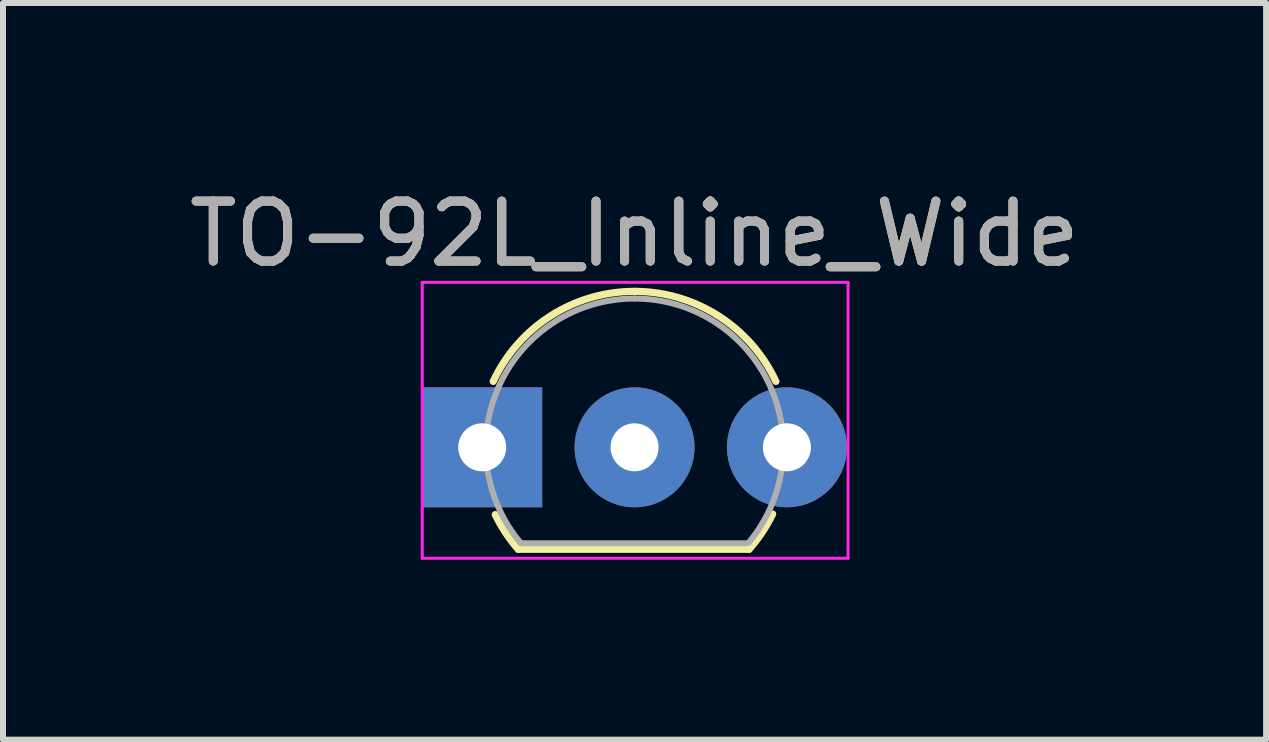
<source format=kicad_pcb>
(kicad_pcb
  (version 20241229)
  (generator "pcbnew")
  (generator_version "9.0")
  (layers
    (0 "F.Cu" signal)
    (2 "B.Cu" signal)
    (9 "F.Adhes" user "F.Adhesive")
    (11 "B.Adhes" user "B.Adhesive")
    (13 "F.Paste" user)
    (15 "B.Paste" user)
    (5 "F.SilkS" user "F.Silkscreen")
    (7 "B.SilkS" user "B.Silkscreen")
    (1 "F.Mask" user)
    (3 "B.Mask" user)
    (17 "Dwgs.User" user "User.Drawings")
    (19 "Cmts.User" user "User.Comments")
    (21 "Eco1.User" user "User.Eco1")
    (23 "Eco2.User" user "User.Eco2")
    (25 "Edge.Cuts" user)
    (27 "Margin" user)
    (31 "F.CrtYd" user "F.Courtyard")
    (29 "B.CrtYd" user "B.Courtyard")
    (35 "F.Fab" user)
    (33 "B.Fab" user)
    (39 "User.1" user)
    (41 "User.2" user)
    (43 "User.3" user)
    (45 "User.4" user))
  (footprint "TO-92L_Inline_Wide"
    (layer "F.Cu")
    (at 4.99 4.408)
    (property "Reference" "TO-92L_Inline_Wide" (at 2.54 -3.56 0) (layer "F.SilkS") (effects (font (size 1 1) (thickness 0.15))))
    (attr through_hole)
    (fp_line (start 0.6 1.7) (end 4.45 1.7) (stroke (width 0.12) (type solid)) (layer "F.SilkS"))
    (fp_arc (start 0.1836 -1.098807) (mid 1.143021 -2.192817) (end 2.54 -2.6) (stroke (width 0.12) (type solid)) (layer "F.SilkS"))
    (fp_arc (start 0.6 1.7) (mid 0.389183 1.423933) (end 0.217369 1.122045) (stroke (width 0.12) (type solid)) (layer "F.SilkS"))
    (fp_arc (start 2.54 -2.6) (mid 3.936979 -2.192818) (end 4.8964 -1.098807) (stroke (width 0.12) (type solid)) (layer "F.SilkS"))
    (fp_arc (start 4.842383 1.112264) (mid 4.666594 1.419753) (end 4.45 1.7) (stroke (width 0.12) (type solid)) (layer "F.SilkS"))
    (fp_line (start -1 -2.75) (end -1 1.85) (stroke (width 0.05) (type solid)) (layer "F.CrtYd"))
    (fp_line (start -1 -2.75) (end 6.1 -2.75) (stroke (width 0.05) (type solid)) (layer "F.CrtYd"))
    (fp_line (start 6.1 1.85) (end -1 1.85) (stroke (width 0.05) (type solid)) (layer "F.CrtYd"))
    (fp_line (start 6.1 1.85) (end 6.1 -2.75) (stroke (width 0.05) (type solid)) (layer "F.CrtYd"))
    (fp_line (start 0.65 1.6) (end 4.4 1.6) (stroke (width 0.1) (type solid)) (layer "F.Fab"))
    (fp_arc (start 0.647182 1.602385) (mid 0.290076 -1.043188) (end 2.54 -2.48) (stroke (width 0.1) (type solid)) (layer "F.Fab"))
    (fp_arc (start 2.54 -2.48) (mid 4.787211 -1.049019) (end 4.441103 1.592547) (stroke (width 0.1) (type solid)) (layer "F.Fab"))
    (fp_text user "${REFERENCE}" (at 2.54 -3.56 0) (layer "F.Fab") (effects (font (size 1 1) (thickness 0.15))))
    (pad "1" thru_hole rect (at 0 0 90) (size 2 2) (drill 0.8) (layers "*.Cu" "*.Mask"))
    (pad "2" thru_hole circle (at 2.54 0 90) (size 2 2) (drill 0.8) (layers "*.Cu" "*.Mask"))
    (pad "3" thru_hole circle (at 5.08 0 90) (size 2 2) (drill 0.8) (layers "*.Cu" "*.Mask")))
  (gr_rect
    (start -3 -3)
    (end 18.06 9.283)
    (stroke (width 0.1) (type default))
    (fill no)
    (layer "Edge.Cuts")))
</source>
